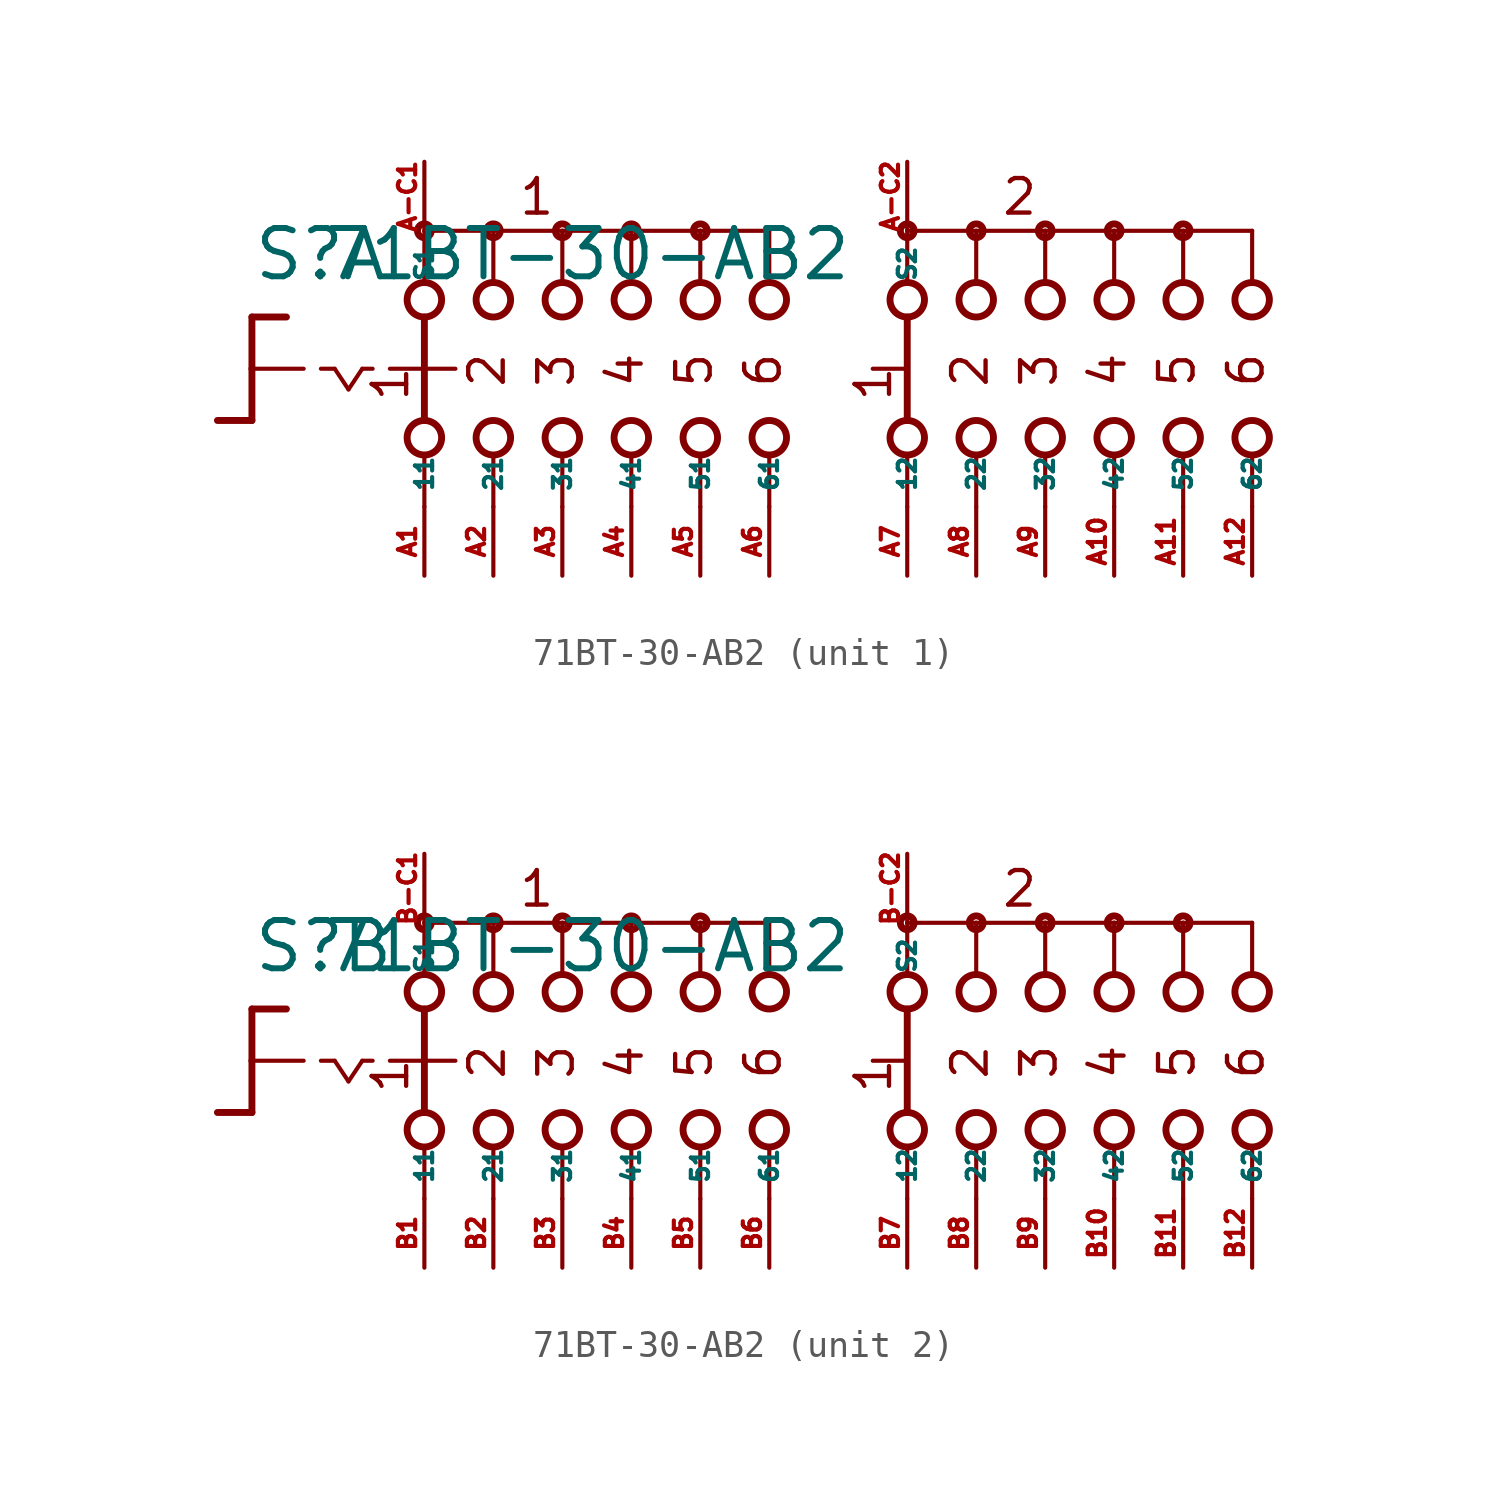
<source format=kicad_sym>
(kicad_symbol_lib
  (version 20220914)
  (generator Eagle2Kicad)
  (symbol "71BT-30-AB2"
    (property "Reference" "S"
      (at -19.05 3.175 0)
      (effects (font (size 1.778 1.778) (thickness 0.22)) (justify left bottom)))
    (property "Value" "71BT-30-AB2"
      (at -16.51 3.175 0)
      (effects (font (size 1.778 1.778) (thickness 0.22)) (justify left bottom)))
    (symbol "71BT-30-AB2_1_0"
      (polyline (pts (xy -19.05 1.905) (xy -17.78 1.905)) (stroke (width 0.254) (type default)) (fill (type none)))
      (polyline (pts (xy -19.05 1.905) (xy -19.05 0)) (stroke (width 0.254) (type default)) (fill (type none)))
      (polyline (pts (xy -19.05 -1.905) (xy -20.32 -1.905)) (stroke (width 0.254) (type default)) (fill (type none)))
      (polyline (pts (xy -19.05 0) (xy -17.145 0)) (stroke (width 0.152) (type default)) (fill (type none)))
      (polyline (pts (xy -19.05 0) (xy -19.05 -1.905)) (stroke (width 0.254) (type default)) (fill (type none)))
      (polyline (pts (xy -16.51 0) (xy -16.002 0)) (stroke (width 0.152) (type default)) (fill (type none)))
      (polyline (pts (xy -14.986 0) (xy -14.605 0)) (stroke (width 0.152) (type default)) (fill (type none)))
      (polyline (pts (xy -16.002 0) (xy -15.494 -0.762)) (stroke (width 0.152) (type default)) (fill (type none)))
      (polyline (pts (xy -15.494 -0.762) (xy -14.986 0)) (stroke (width 0.152) (type default)) (fill (type none)))
      (polyline (pts (xy -10.16 3.175) (xy -10.16 5.08)) (stroke (width 0.152) (type default)) (fill (type none)))
      (polyline (pts (xy -7.62 3.175) (xy -7.62 5.08)) (stroke (width 0.152) (type default)) (fill (type none)))
      (polyline (pts (xy -5.08 3.175) (xy -5.08 5.08)) (stroke (width 0.152) (type default)) (fill (type none)))
      (polyline (pts (xy -7.62 5.08) (xy -10.16 5.08)) (stroke (width 0.152) (type default)) (fill (type none)))
      (polyline (pts (xy -7.62 5.08) (xy -5.08 5.08)) (stroke (width 0.152) (type default)) (fill (type none)))
      (polyline (pts (xy -2.54 3.175) (xy -2.54 5.08)) (stroke (width 0.152) (type default)) (fill (type none)))
      (polyline (pts (xy 0 3.175) (xy 0 5.08)) (stroke (width 0.152) (type default)) (fill (type none)))
      (polyline (pts (xy -5.08 5.08) (xy -2.54 5.08)) (stroke (width 0.152) (type default)) (fill (type none)))
      (polyline (pts (xy -2.54 5.08) (xy 0 5.08)) (stroke (width 0.152) (type default)) (fill (type none)))
      (polyline (pts (xy -12.7 5.08) (xy -12.7 3.175)) (stroke (width 0.152) (type default)) (fill (type none)))
      (polyline (pts (xy -10.16 5.08) (xy -12.7 5.08)) (stroke (width 0.152) (type default)) (fill (type none)))
      (polyline (pts (xy 5.08 3.175) (xy 5.08 5.08)) (stroke (width 0.152) (type default)) (fill (type none)))
      (polyline (pts (xy 5.08 -5.08) (xy 5.08 -3.175)) (stroke (width 0.152) (type default)) (fill (type none)))
      (polyline (pts (xy 7.62 3.175) (xy 7.62 5.08)) (stroke (width 0.152) (type default)) (fill (type none)))
      (polyline (pts (xy 10.16 3.175) (xy 10.16 5.08)) (stroke (width 0.152) (type default)) (fill (type none)))
      (polyline (pts (xy 12.7 3.175) (xy 12.7 5.08)) (stroke (width 0.152) (type default)) (fill (type none)))
      (polyline (pts (xy 15.24 3.175) (xy 15.24 5.08)) (stroke (width 0.152) (type default)) (fill (type none)))
      (polyline (pts (xy 17.78 3.175) (xy 17.78 5.08)) (stroke (width 0.152) (type default)) (fill (type none)))
      (polyline (pts (xy 5.08 5.08) (xy 7.62 5.08)) (stroke (width 0.152) (type default)) (fill (type none)))
      (polyline (pts (xy 7.62 5.08) (xy 10.16 5.08)) (stroke (width 0.152) (type default)) (fill (type none)))
      (polyline (pts (xy 10.16 5.08) (xy 12.7 5.08)) (stroke (width 0.152) (type default)) (fill (type none)))
      (polyline (pts (xy 12.7 5.08) (xy 15.24 5.08)) (stroke (width 0.152) (type default)) (fill (type none)))
      (polyline (pts (xy 15.24 5.08) (xy 17.78 5.08)) (stroke (width 0.152) (type default)) (fill (type none)))
      (polyline (pts (xy 7.62 -5.08) (xy 7.62 -3.175)) (stroke (width 0.152) (type default)) (fill (type none)))
      (polyline (pts (xy 10.16 -5.08) (xy 10.16 -3.175)) (stroke (width 0.152) (type default)) (fill (type none)))
      (polyline (pts (xy 12.7 -5.08) (xy 12.7 -3.175)) (stroke (width 0.152) (type default)) (fill (type none)))
      (polyline (pts (xy 15.24 -5.08) (xy 15.24 -3.175)) (stroke (width 0.152) (type default)) (fill (type none)))
      (polyline (pts (xy 17.78 -5.08) (xy 17.78 -3.175)) (stroke (width 0.152) (type default)) (fill (type none)))
      (polyline (pts (xy 5.08 1.905) (xy 5.08 -1.905)) (stroke (width 0.254) (type default)) (fill (type none)))
      (polyline (pts (xy 3.81 0) (xy 4.953 0)) (stroke (width 0.152) (type default)) (fill (type none)))
      (polyline (pts (xy -13.97 0) (xy -12.827 0)) (stroke (width 0.152) (type default)) (fill (type none)))
      (polyline (pts (xy -10.16 -5.08) (xy -10.16 -3.175)) (stroke (width 0.152) (type default)) (fill (type none)))
      (polyline (pts (xy -7.62 -5.08) (xy -7.62 -3.175)) (stroke (width 0.152) (type default)) (fill (type none)))
      (polyline (pts (xy -5.08 -5.08) (xy -5.08 -3.175)) (stroke (width 0.152) (type default)) (fill (type none)))
      (polyline (pts (xy -2.54 -5.08) (xy -2.54 -3.175)) (stroke (width 0.152) (type default)) (fill (type none)))
      (polyline (pts (xy 0 -5.08) (xy 0 -3.175)) (stroke (width 0.152) (type default)) (fill (type none)))
      (polyline (pts (xy -12.7 1.905) (xy -12.7 0)) (stroke (width 0.254) (type default)) (fill (type none)))
      (polyline (pts (xy -12.7 -3.175) (xy -12.7 -5.08)) (stroke (width 0.152) (type default)) (fill (type none)))
      (polyline (pts (xy -12.7 0) (xy -11.557 0)) (stroke (width 0.152) (type default)) (fill (type none)))
      (polyline (pts (xy -12.7 0) (xy -12.7 -1.905)) (stroke (width 0.254) (type default)) (fill (type none)))
      (text "2" (at 8.128 -0.762 900) (effects (font (size 1.27 1.27) (thickness 0.16)) (justify left bottom)))
      (text "3" (at 10.668 -0.762 900) (effects (font (size 1.27 1.27) (thickness 0.16)) (justify left bottom)))
      (text "4" (at 13.208 -0.762 900) (effects (font (size 1.27 1.27) (thickness 0.16)) (justify left bottom)))
      (text "5" (at 15.748 -0.762 900) (effects (font (size 1.27 1.27) (thickness 0.16)) (justify left bottom)))
      (text "6" (at 18.288 -0.762 900) (effects (font (size 1.27 1.27) (thickness 0.16)) (justify left bottom)))
      (text "1" (at 4.572 -1.27 900) (effects (font (size 1.27 1.27) (thickness 0.16)) (justify left bottom)))
      (text "1" (at -13.208 -1.27 900) (effects (font (size 1.27 1.27) (thickness 0.16)) (justify left bottom)))
      (text "2" (at -9.652 -0.762 900) (effects (font (size 1.27 1.27) (thickness 0.16)) (justify left bottom)))
      (text "3" (at -7.112 -0.762 900) (effects (font (size 1.27 1.27) (thickness 0.16)) (justify left bottom)))
      (text "4" (at -4.572 -0.762 900) (effects (font (size 1.27 1.27) (thickness 0.16)) (justify left bottom)))
      (text "5" (at -2.032 -0.762 900) (effects (font (size 1.27 1.27) (thickness 0.16)) (justify left bottom)))
      (text "6" (at 0.508 -0.762 900) (effects (font (size 1.27 1.27) (thickness 0.16)) (justify left bottom)))
      (text "1 " (at -9.271 5.588 0) (effects (font (size 1.27 1.27) (thickness 0.16)) (justify left bottom)))
      (text "2 " (at 8.509 5.588 0) (effects (font (size 1.27 1.27) (thickness 0.16)) (justify left bottom)))
      (circle (center -7.62 5.08) (radius 0.254) (stroke (width 0.254) (type default)) (fill (type none)))
      (circle (center -5.08 5.08) (radius 0.254) (stroke (width 0.254) (type default)) (fill (type none)))
      (circle (center -12.7 5.08) (radius 0.254) (stroke (width 0.254) (type default)) (fill (type none)))
      (circle (center -10.16 5.08) (radius 0.254) (stroke (width 0.254) (type default)) (fill (type none)))
      (circle (center -12.7 2.54) (radius 0.635) (stroke (width 0.254) (type default)) (fill (type none)))
      (circle (center -10.16 2.54) (radius 0.635) (stroke (width 0.254) (type default)) (fill (type none)))
      (circle (center -7.62 2.54) (radius 0.635) (stroke (width 0.254) (type default)) (fill (type none)))
      (circle (center -2.54 5.08) (radius 0.254) (stroke (width 0.254) (type default)) (fill (type none)))
      (circle (center -5.08 2.54) (radius 0.635) (stroke (width 0.254) (type default)) (fill (type none)))
      (circle (center -2.54 2.54) (radius 0.635) (stroke (width 0.254) (type default)) (fill (type none)))
      (circle (center 0 2.54) (radius 0.635) (stroke (width 0.254) (type default)) (fill (type none)))
      (circle (center 5.08 5.08) (radius 0.254) (stroke (width 0.254) (type default)) (fill (type none)))
      (circle (center 5.08 2.54) (radius 0.635) (stroke (width 0.254) (type default)) (fill (type none)))
      (circle (center 5.08 -2.54) (radius 0.635) (stroke (width 0.254) (type default)) (fill (type none)))
      (circle (center 7.62 2.54) (radius 0.635) (stroke (width 0.254) (type default)) (fill (type none)))
      (circle (center 10.16 2.54) (radius 0.635) (stroke (width 0.254) (type default)) (fill (type none)))
      (circle (center 12.7 2.54) (radius 0.635) (stroke (width 0.254) (type default)) (fill (type none)))
      (circle (center 15.24 2.54) (radius 0.635) (stroke (width 0.254) (type default)) (fill (type none)))
      (circle (center 17.78 2.54) (radius 0.635) (stroke (width 0.254) (type default)) (fill (type none)))
      (circle (center 7.62 5.08) (radius 0.254) (stroke (width 0.254) (type default)) (fill (type none)))
      (circle (center 10.16 5.08) (radius 0.254) (stroke (width 0.254) (type default)) (fill (type none)))
      (circle (center 12.7 5.08) (radius 0.254) (stroke (width 0.254) (type default)) (fill (type none)))
      (circle (center 15.24 5.08) (radius 0.254) (stroke (width 0.254) (type default)) (fill (type none)))
      (circle (center 7.62 -2.54) (radius 0.635) (stroke (width 0.254) (type default)) (fill (type none)))
      (circle (center 10.16 -2.54) (radius 0.635) (stroke (width 0.254) (type default)) (fill (type none)))
      (circle (center 12.7 -2.54) (radius 0.635) (stroke (width 0.254) (type default)) (fill (type none)))
      (circle (center 15.24 -2.54) (radius 0.635) (stroke (width 0.254) (type default)) (fill (type none)))
      (circle (center 17.78 -2.54) (radius 0.635) (stroke (width 0.254) (type default)) (fill (type none)))
      (circle (center -12.7 -2.54) (radius 0.635) (stroke (width 0.254) (type default)) (fill (type none)))
      (circle (center -10.16 -2.54) (radius 0.635) (stroke (width 0.254) (type default)) (fill (type none)))
      (circle (center -7.62 -2.54) (radius 0.635) (stroke (width 0.254) (type default)) (fill (type none)))
      (circle (center -5.08 -2.54) (radius 0.635) (stroke (width 0.254) (type default)) (fill (type none)))
      (circle (center -2.54 -2.54) (radius 0.635) (stroke (width 0.254) (type default)) (fill (type none)))
      (circle (center 0 -2.54) (radius 0.635) (stroke (width 0.254) (type default)) (fill (type none)))
      (pin passive line (at -12.7 -7.62 90) (length 2.54) (name "11" (effects (font (size 0.635 0.635) (thickness 0.08)) (justify left bottom))) (number "A1" (effects (font (size 0.635 0.635) (thickness 0.08)) (justify left bottom))))
      (pin passive line (at -12.7 7.62 270) (length 2.54) (name "S1" (effects (font (size 0.635 0.635) (thickness 0.08)) (justify left bottom))) (number "A-C1" (effects (font (size 0.635 0.635) (thickness 0.08)) (justify left bottom))))
      (pin passive line (at -10.16 -7.62 90) (length 2.54) (name "21" (effects (font (size 0.635 0.635) (thickness 0.08)) (justify left bottom))) (number "A2" (effects (font (size 0.635 0.635) (thickness 0.08)) (justify left bottom))))
      (pin passive line (at -7.62 -7.62 90) (length 2.54) (name "31" (effects (font (size 0.635 0.635) (thickness 0.08)) (justify left bottom))) (number "A3" (effects (font (size 0.635 0.635) (thickness 0.08)) (justify left bottom))))
      (pin passive line (at -5.08 -7.62 90) (length 2.54) (name "41" (effects (font (size 0.635 0.635) (thickness 0.08)) (justify left bottom))) (number "A4" (effects (font (size 0.635 0.635) (thickness 0.08)) (justify left bottom))))
      (pin passive line (at -2.54 -7.62 90) (length 2.54) (name "51" (effects (font (size 0.635 0.635) (thickness 0.08)) (justify left bottom))) (number "A5" (effects (font (size 0.635 0.635) (thickness 0.08)) (justify left bottom))))
      (pin passive line (at 0 -7.62 90) (length 2.54) (name "61" (effects (font (size 0.635 0.635) (thickness 0.08)) (justify left bottom))) (number "A6" (effects (font (size 0.635 0.635) (thickness 0.08)) (justify left bottom))))
      (pin passive line (at 5.08 -7.62 90) (length 2.54) (name "12" (effects (font (size 0.635 0.635) (thickness 0.08)) (justify left bottom))) (number "A7" (effects (font (size 0.635 0.635) (thickness 0.08)) (justify left bottom))))
      (pin passive line (at 7.62 -7.62 90) (length 2.54) (name "22" (effects (font (size 0.635 0.635) (thickness 0.08)) (justify left bottom))) (number "A8" (effects (font (size 0.635 0.635) (thickness 0.08)) (justify left bottom))))
      (pin passive line (at 10.16 -7.62 90) (length 2.54) (name "32" (effects (font (size 0.635 0.635) (thickness 0.08)) (justify left bottom))) (number "A9" (effects (font (size 0.635 0.635) (thickness 0.08)) (justify left bottom))))
      (pin passive line (at 12.7 -7.62 90) (length 2.54) (name "42" (effects (font (size 0.635 0.635) (thickness 0.08)) (justify left bottom))) (number "A10" (effects (font (size 0.635 0.635) (thickness 0.08)) (justify left bottom))))
      (pin passive line (at 15.24 -7.62 90) (length 2.54) (name "52" (effects (font (size 0.635 0.635) (thickness 0.08)) (justify left bottom))) (number "A11" (effects (font (size 0.635 0.635) (thickness 0.08)) (justify left bottom))))
      (pin passive line (at 17.78 -7.62 90) (length 2.54) (name "62" (effects (font (size 0.635 0.635) (thickness 0.08)) (justify left bottom))) (number "A12" (effects (font (size 0.635 0.635) (thickness 0.08)) (justify left bottom))))
      (pin passive line (at 5.08 7.62 270) (length 2.54) (name "S2" (effects (font (size 0.635 0.635) (thickness 0.08)) (justify left bottom))) (number "A-C2" (effects (font (size 0.635 0.635) (thickness 0.08)) (justify left bottom)))))
    (symbol "71BT-30-AB2_2_0"
      (polyline (pts (xy -19.05 1.905) (xy -17.78 1.905)) (stroke (width 0.254) (type default)) (fill (type none)))
      (polyline (pts (xy -19.05 1.905) (xy -19.05 0)) (stroke (width 0.254) (type default)) (fill (type none)))
      (polyline (pts (xy -19.05 -1.905) (xy -20.32 -1.905)) (stroke (width 0.254) (type default)) (fill (type none)))
      (polyline (pts (xy -19.05 0) (xy -17.145 0)) (stroke (width 0.152) (type default)) (fill (type none)))
      (polyline (pts (xy -19.05 0) (xy -19.05 -1.905)) (stroke (width 0.254) (type default)) (fill (type none)))
      (polyline (pts (xy -16.51 0) (xy -16.002 0)) (stroke (width 0.152) (type default)) (fill (type none)))
      (polyline (pts (xy -14.986 0) (xy -14.605 0)) (stroke (width 0.152) (type default)) (fill (type none)))
      (polyline (pts (xy -16.002 0) (xy -15.494 -0.762)) (stroke (width 0.152) (type default)) (fill (type none)))
      (polyline (pts (xy -15.494 -0.762) (xy -14.986 0)) (stroke (width 0.152) (type default)) (fill (type none)))
      (polyline (pts (xy -10.16 3.175) (xy -10.16 5.08)) (stroke (width 0.152) (type default)) (fill (type none)))
      (polyline (pts (xy -7.62 3.175) (xy -7.62 5.08)) (stroke (width 0.152) (type default)) (fill (type none)))
      (polyline (pts (xy -5.08 3.175) (xy -5.08 5.08)) (stroke (width 0.152) (type default)) (fill (type none)))
      (polyline (pts (xy -7.62 5.08) (xy -10.16 5.08)) (stroke (width 0.152) (type default)) (fill (type none)))
      (polyline (pts (xy -7.62 5.08) (xy -5.08 5.08)) (stroke (width 0.152) (type default)) (fill (type none)))
      (polyline (pts (xy -2.54 3.175) (xy -2.54 5.08)) (stroke (width 0.152) (type default)) (fill (type none)))
      (polyline (pts (xy 0 3.175) (xy 0 5.08)) (stroke (width 0.152) (type default)) (fill (type none)))
      (polyline (pts (xy -5.08 5.08) (xy -2.54 5.08)) (stroke (width 0.152) (type default)) (fill (type none)))
      (polyline (pts (xy -2.54 5.08) (xy 0 5.08)) (stroke (width 0.152) (type default)) (fill (type none)))
      (polyline (pts (xy -12.7 5.08) (xy -12.7 3.175)) (stroke (width 0.152) (type default)) (fill (type none)))
      (polyline (pts (xy -10.16 5.08) (xy -12.7 5.08)) (stroke (width 0.152) (type default)) (fill (type none)))
      (polyline (pts (xy 5.08 3.175) (xy 5.08 5.08)) (stroke (width 0.152) (type default)) (fill (type none)))
      (polyline (pts (xy 5.08 -5.08) (xy 5.08 -3.175)) (stroke (width 0.152) (type default)) (fill (type none)))
      (polyline (pts (xy 7.62 3.175) (xy 7.62 5.08)) (stroke (width 0.152) (type default)) (fill (type none)))
      (polyline (pts (xy 10.16 3.175) (xy 10.16 5.08)) (stroke (width 0.152) (type default)) (fill (type none)))
      (polyline (pts (xy 12.7 3.175) (xy 12.7 5.08)) (stroke (width 0.152) (type default)) (fill (type none)))
      (polyline (pts (xy 15.24 3.175) (xy 15.24 5.08)) (stroke (width 0.152) (type default)) (fill (type none)))
      (polyline (pts (xy 17.78 3.175) (xy 17.78 5.08)) (stroke (width 0.152) (type default)) (fill (type none)))
      (polyline (pts (xy 5.08 5.08) (xy 7.62 5.08)) (stroke (width 0.152) (type default)) (fill (type none)))
      (polyline (pts (xy 7.62 5.08) (xy 10.16 5.08)) (stroke (width 0.152) (type default)) (fill (type none)))
      (polyline (pts (xy 10.16 5.08) (xy 12.7 5.08)) (stroke (width 0.152) (type default)) (fill (type none)))
      (polyline (pts (xy 12.7 5.08) (xy 15.24 5.08)) (stroke (width 0.152) (type default)) (fill (type none)))
      (polyline (pts (xy 15.24 5.08) (xy 17.78 5.08)) (stroke (width 0.152) (type default)) (fill (type none)))
      (polyline (pts (xy 7.62 -5.08) (xy 7.62 -3.175)) (stroke (width 0.152) (type default)) (fill (type none)))
      (polyline (pts (xy 10.16 -5.08) (xy 10.16 -3.175)) (stroke (width 0.152) (type default)) (fill (type none)))
      (polyline (pts (xy 12.7 -5.08) (xy 12.7 -3.175)) (stroke (width 0.152) (type default)) (fill (type none)))
      (polyline (pts (xy 15.24 -5.08) (xy 15.24 -3.175)) (stroke (width 0.152) (type default)) (fill (type none)))
      (polyline (pts (xy 17.78 -5.08) (xy 17.78 -3.175)) (stroke (width 0.152) (type default)) (fill (type none)))
      (polyline (pts (xy 5.08 1.905) (xy 5.08 -1.905)) (stroke (width 0.254) (type default)) (fill (type none)))
      (polyline (pts (xy 3.81 0) (xy 4.953 0)) (stroke (width 0.152) (type default)) (fill (type none)))
      (polyline (pts (xy -13.97 0) (xy -12.827 0)) (stroke (width 0.152) (type default)) (fill (type none)))
      (polyline (pts (xy -10.16 -5.08) (xy -10.16 -3.175)) (stroke (width 0.152) (type default)) (fill (type none)))
      (polyline (pts (xy -7.62 -5.08) (xy -7.62 -3.175)) (stroke (width 0.152) (type default)) (fill (type none)))
      (polyline (pts (xy -5.08 -5.08) (xy -5.08 -3.175)) (stroke (width 0.152) (type default)) (fill (type none)))
      (polyline (pts (xy -2.54 -5.08) (xy -2.54 -3.175)) (stroke (width 0.152) (type default)) (fill (type none)))
      (polyline (pts (xy 0 -5.08) (xy 0 -3.175)) (stroke (width 0.152) (type default)) (fill (type none)))
      (polyline (pts (xy -12.7 1.905) (xy -12.7 0)) (stroke (width 0.254) (type default)) (fill (type none)))
      (polyline (pts (xy -12.7 -3.175) (xy -12.7 -5.08)) (stroke (width 0.152) (type default)) (fill (type none)))
      (polyline (pts (xy -12.7 0) (xy -11.557 0)) (stroke (width 0.152) (type default)) (fill (type none)))
      (polyline (pts (xy -12.7 0) (xy -12.7 -1.905)) (stroke (width 0.254) (type default)) (fill (type none)))
      (text "2" (at 8.128 -0.762 900) (effects (font (size 1.27 1.27) (thickness 0.16)) (justify left bottom)))
      (text "3" (at 10.668 -0.762 900) (effects (font (size 1.27 1.27) (thickness 0.16)) (justify left bottom)))
      (text "4" (at 13.208 -0.762 900) (effects (font (size 1.27 1.27) (thickness 0.16)) (justify left bottom)))
      (text "5" (at 15.748 -0.762 900) (effects (font (size 1.27 1.27) (thickness 0.16)) (justify left bottom)))
      (text "6" (at 18.288 -0.762 900) (effects (font (size 1.27 1.27) (thickness 0.16)) (justify left bottom)))
      (text "1" (at 4.572 -1.27 900) (effects (font (size 1.27 1.27) (thickness 0.16)) (justify left bottom)))
      (text "1" (at -13.208 -1.27 900) (effects (font (size 1.27 1.27) (thickness 0.16)) (justify left bottom)))
      (text "2" (at -9.652 -0.762 900) (effects (font (size 1.27 1.27) (thickness 0.16)) (justify left bottom)))
      (text "3" (at -7.112 -0.762 900) (effects (font (size 1.27 1.27) (thickness 0.16)) (justify left bottom)))
      (text "4" (at -4.572 -0.762 900) (effects (font (size 1.27 1.27) (thickness 0.16)) (justify left bottom)))
      (text "5" (at -2.032 -0.762 900) (effects (font (size 1.27 1.27) (thickness 0.16)) (justify left bottom)))
      (text "6" (at 0.508 -0.762 900) (effects (font (size 1.27 1.27) (thickness 0.16)) (justify left bottom)))
      (text "1 " (at -9.271 5.588 0) (effects (font (size 1.27 1.27) (thickness 0.16)) (justify left bottom)))
      (text "2 " (at 8.509 5.588 0) (effects (font (size 1.27 1.27) (thickness 0.16)) (justify left bottom)))
      (circle (center -7.62 5.08) (radius 0.254) (stroke (width 0.254) (type default)) (fill (type none)))
      (circle (center -5.08 5.08) (radius 0.254) (stroke (width 0.254) (type default)) (fill (type none)))
      (circle (center -12.7 5.08) (radius 0.254) (stroke (width 0.254) (type default)) (fill (type none)))
      (circle (center -10.16 5.08) (radius 0.254) (stroke (width 0.254) (type default)) (fill (type none)))
      (circle (center -12.7 2.54) (radius 0.635) (stroke (width 0.254) (type default)) (fill (type none)))
      (circle (center -10.16 2.54) (radius 0.635) (stroke (width 0.254) (type default)) (fill (type none)))
      (circle (center -7.62 2.54) (radius 0.635) (stroke (width 0.254) (type default)) (fill (type none)))
      (circle (center -2.54 5.08) (radius 0.254) (stroke (width 0.254) (type default)) (fill (type none)))
      (circle (center -5.08 2.54) (radius 0.635) (stroke (width 0.254) (type default)) (fill (type none)))
      (circle (center -2.54 2.54) (radius 0.635) (stroke (width 0.254) (type default)) (fill (type none)))
      (circle (center 0 2.54) (radius 0.635) (stroke (width 0.254) (type default)) (fill (type none)))
      (circle (center 5.08 5.08) (radius 0.254) (stroke (width 0.254) (type default)) (fill (type none)))
      (circle (center 5.08 2.54) (radius 0.635) (stroke (width 0.254) (type default)) (fill (type none)))
      (circle (center 5.08 -2.54) (radius 0.635) (stroke (width 0.254) (type default)) (fill (type none)))
      (circle (center 7.62 2.54) (radius 0.635) (stroke (width 0.254) (type default)) (fill (type none)))
      (circle (center 10.16 2.54) (radius 0.635) (stroke (width 0.254) (type default)) (fill (type none)))
      (circle (center 12.7 2.54) (radius 0.635) (stroke (width 0.254) (type default)) (fill (type none)))
      (circle (center 15.24 2.54) (radius 0.635) (stroke (width 0.254) (type default)) (fill (type none)))
      (circle (center 17.78 2.54) (radius 0.635) (stroke (width 0.254) (type default)) (fill (type none)))
      (circle (center 7.62 5.08) (radius 0.254) (stroke (width 0.254) (type default)) (fill (type none)))
      (circle (center 10.16 5.08) (radius 0.254) (stroke (width 0.254) (type default)) (fill (type none)))
      (circle (center 12.7 5.08) (radius 0.254) (stroke (width 0.254) (type default)) (fill (type none)))
      (circle (center 15.24 5.08) (radius 0.254) (stroke (width 0.254) (type default)) (fill (type none)))
      (circle (center 7.62 -2.54) (radius 0.635) (stroke (width 0.254) (type default)) (fill (type none)))
      (circle (center 10.16 -2.54) (radius 0.635) (stroke (width 0.254) (type default)) (fill (type none)))
      (circle (center 12.7 -2.54) (radius 0.635) (stroke (width 0.254) (type default)) (fill (type none)))
      (circle (center 15.24 -2.54) (radius 0.635) (stroke (width 0.254) (type default)) (fill (type none)))
      (circle (center 17.78 -2.54) (radius 0.635) (stroke (width 0.254) (type default)) (fill (type none)))
      (circle (center -12.7 -2.54) (radius 0.635) (stroke (width 0.254) (type default)) (fill (type none)))
      (circle (center -10.16 -2.54) (radius 0.635) (stroke (width 0.254) (type default)) (fill (type none)))
      (circle (center -7.62 -2.54) (radius 0.635) (stroke (width 0.254) (type default)) (fill (type none)))
      (circle (center -5.08 -2.54) (radius 0.635) (stroke (width 0.254) (type default)) (fill (type none)))
      (circle (center -2.54 -2.54) (radius 0.635) (stroke (width 0.254) (type default)) (fill (type none)))
      (circle (center 0 -2.54) (radius 0.635) (stroke (width 0.254) (type default)) (fill (type none)))
      (pin passive line (at -12.7 -7.62 90) (length 2.54) (name "11" (effects (font (size 0.635 0.635) (thickness 0.08)) (justify left bottom))) (number "B1" (effects (font (size 0.635 0.635) (thickness 0.08)) (justify left bottom))))
      (pin passive line (at -12.7 7.62 270) (length 2.54) (name "S1" (effects (font (size 0.635 0.635) (thickness 0.08)) (justify left bottom))) (number "B-C1" (effects (font (size 0.635 0.635) (thickness 0.08)) (justify left bottom))))
      (pin passive line (at -10.16 -7.62 90) (length 2.54) (name "21" (effects (font (size 0.635 0.635) (thickness 0.08)) (justify left bottom))) (number "B2" (effects (font (size 0.635 0.635) (thickness 0.08)) (justify left bottom))))
      (pin passive line (at -7.62 -7.62 90) (length 2.54) (name "31" (effects (font (size 0.635 0.635) (thickness 0.08)) (justify left bottom))) (number "B3" (effects (font (size 0.635 0.635) (thickness 0.08)) (justify left bottom))))
      (pin passive line (at -5.08 -7.62 90) (length 2.54) (name "41" (effects (font (size 0.635 0.635) (thickness 0.08)) (justify left bottom))) (number "B4" (effects (font (size 0.635 0.635) (thickness 0.08)) (justify left bottom))))
      (pin passive line (at -2.54 -7.62 90) (length 2.54) (name "51" (effects (font (size 0.635 0.635) (thickness 0.08)) (justify left bottom))) (number "B5" (effects (font (size 0.635 0.635) (thickness 0.08)) (justify left bottom))))
      (pin passive line (at 0 -7.62 90) (length 2.54) (name "61" (effects (font (size 0.635 0.635) (thickness 0.08)) (justify left bottom))) (number "B6" (effects (font (size 0.635 0.635) (thickness 0.08)) (justify left bottom))))
      (pin passive line (at 5.08 -7.62 90) (length 2.54) (name "12" (effects (font (size 0.635 0.635) (thickness 0.08)) (justify left bottom))) (number "B7" (effects (font (size 0.635 0.635) (thickness 0.08)) (justify left bottom))))
      (pin passive line (at 7.62 -7.62 90) (length 2.54) (name "22" (effects (font (size 0.635 0.635) (thickness 0.08)) (justify left bottom))) (number "B8" (effects (font (size 0.635 0.635) (thickness 0.08)) (justify left bottom))))
      (pin passive line (at 10.16 -7.62 90) (length 2.54) (name "32" (effects (font (size 0.635 0.635) (thickness 0.08)) (justify left bottom))) (number "B9" (effects (font (size 0.635 0.635) (thickness 0.08)) (justify left bottom))))
      (pin passive line (at 12.7 -7.62 90) (length 2.54) (name "42" (effects (font (size 0.635 0.635) (thickness 0.08)) (justify left bottom))) (number "B10" (effects (font (size 0.635 0.635) (thickness 0.08)) (justify left bottom))))
      (pin passive line (at 15.24 -7.62 90) (length 2.54) (name "52" (effects (font (size 0.635 0.635) (thickness 0.08)) (justify left bottom))) (number "B11" (effects (font (size 0.635 0.635) (thickness 0.08)) (justify left bottom))))
      (pin passive line (at 17.78 -7.62 90) (length 2.54) (name "62" (effects (font (size 0.635 0.635) (thickness 0.08)) (justify left bottom))) (number "B12" (effects (font (size 0.635 0.635) (thickness 0.08)) (justify left bottom))))
      (pin passive line (at 5.08 7.62 270) (length 2.54) (name "S2" (effects (font (size 0.635 0.635) (thickness 0.08)) (justify left bottom))) (number "B-C2" (effects (font (size 0.635 0.635) (thickness 0.08)) (justify left bottom)))))))
</source>
